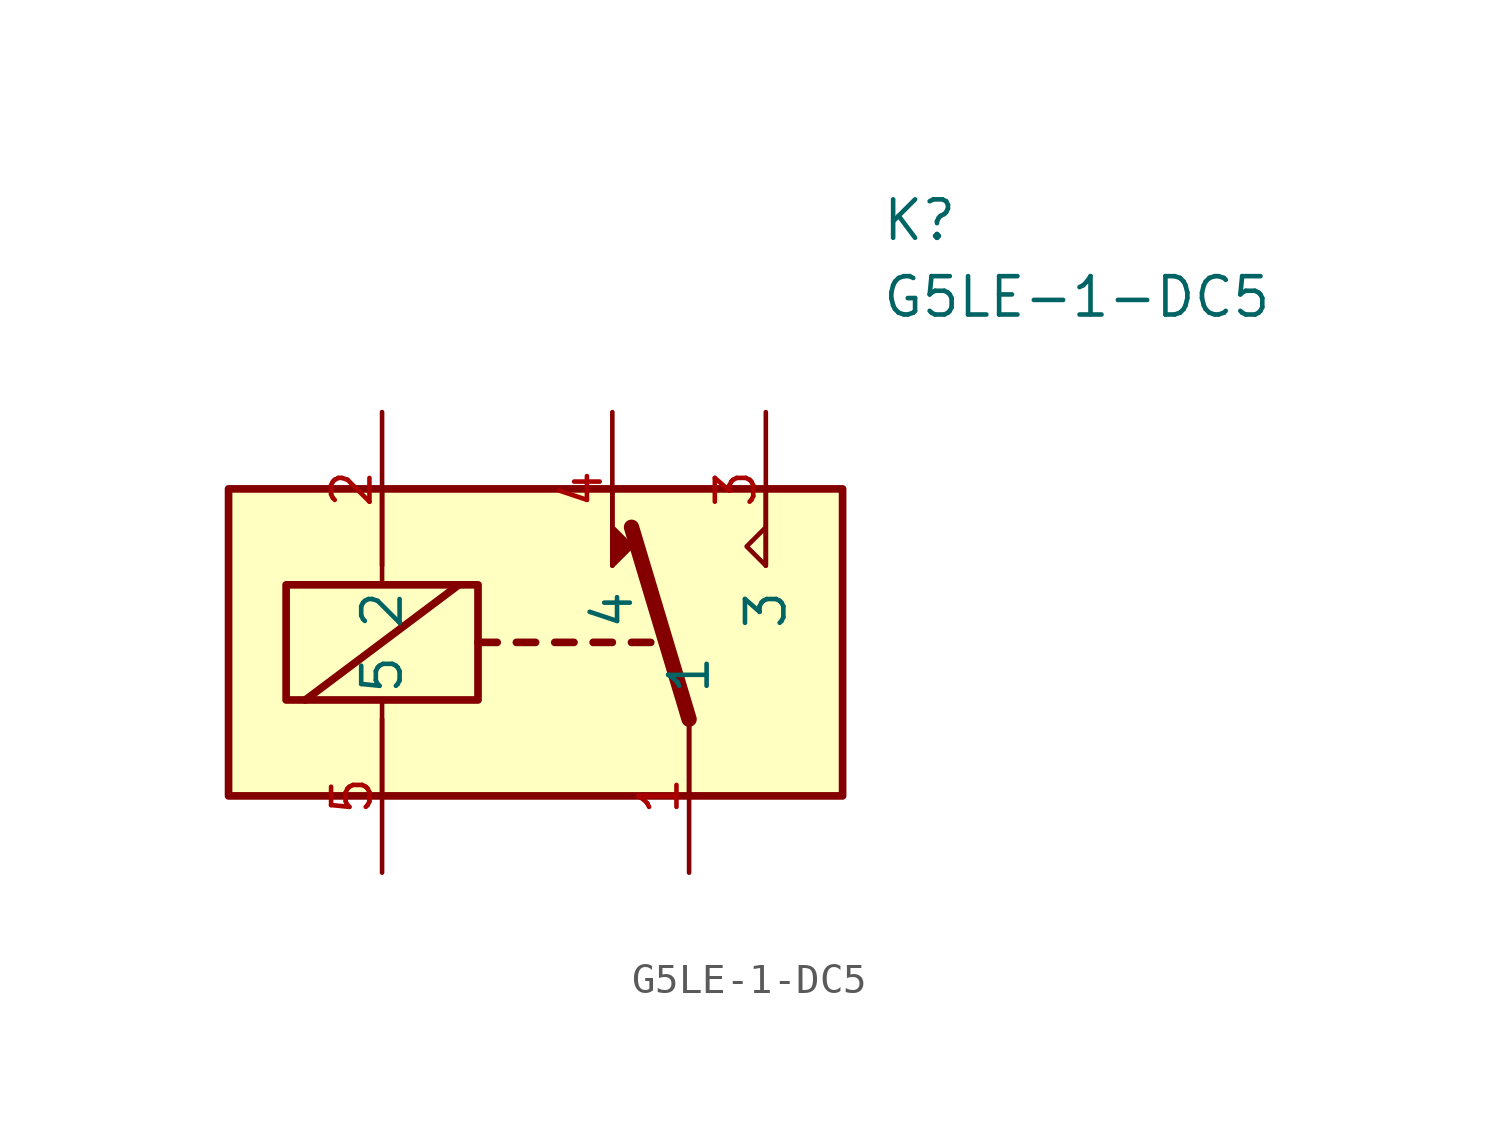
<source format=kicad_sym>
(kicad_symbol_lib
  (version 20220914)
  (generator kicad_symbol_editor)
  (symbol "G5LE-1-DC5"
    (pin_names
      (offset 0.762))
    (property "Reference" "K"
      (at 16.51 7.62 0)
      (effects (font (size 1.27 1.27)) (justify left)))
    (property "Value" "G5LE-1-DC5"
      (at 16.51 5.08 0)
      (effects (font (size 1.27 1.27)) (justify left)))
    (symbol "G5LE-1-DC5_0_0"
      (polyline (pts (xy 12.7 -1.27) (xy 12.7 -3.81) (xy 12.065 -3.175) (xy 12.7 -2.54)) (stroke (width 0) (type default)) (fill (type none)))
      (pin passive line (at 10.16 -13.97 90) (length 5.08) (name "1" (effects (font (size 1.27 1.27)))) (number "1" (effects (font (size 1.27 1.27)))))
      (pin passive line (at 0 1.27 270) (length 5.08) (name "2" (effects (font (size 1.27 1.27)))) (number "2" (effects (font (size 1.27 1.27)))))
      (pin passive line (at 12.7 1.27 270) (length 5.08) (name "3" (effects (font (size 1.27 1.27)))) (number "3" (effects (font (size 1.27 1.27)))))
      (pin passive line (at 7.62 1.27 270) (length 5.08) (name "4" (effects (font (size 1.27 1.27)))) (number "4" (effects (font (size 1.27 1.27)))))
      (pin passive line (at 0 -13.97 90) (length 5.08) (name "5" (effects (font (size 1.27 1.27)))) (number "5" (effects (font (size 1.27 1.27))))))
    (symbol "G5LE-1-DC5_0_1"
      (rectangle (start -5.08 -1.27) (end 15.24 -11.43) (stroke (width 0.254) (type default)) (fill (type background)))
      (rectangle (start -3.175 -4.445) (end 3.175 -8.255) (stroke (width 0.254) (type default)) (fill (type none)))
      (polyline (pts (xy -2.54 -8.255) (xy 2.54 -4.445)) (stroke (width 0.254) (type default)) (fill (type none)))
      (polyline (pts (xy 0 -11.43) (xy 0 -8.255)) (stroke (width 0) (type default)) (fill (type none)))
      (polyline (pts (xy 0 -1.27) (xy 0 -4.445)) (stroke (width 0) (type default)) (fill (type none)))
      (polyline (pts (xy 3.175 -6.35) (xy 3.81 -6.35)) (stroke (width 0.254) (type default)) (fill (type none)))
      (polyline (pts (xy 4.445 -6.35) (xy 5.08 -6.35)) (stroke (width 0.254) (type default)) (fill (type none)))
      (polyline (pts (xy 5.715 -6.35) (xy 6.35 -6.35)) (stroke (width 0.254) (type default)) (fill (type none)))
      (polyline (pts (xy 6.985 -6.35) (xy 7.62 -6.35)) (stroke (width 0.254) (type default)) (fill (type none)))
      (polyline (pts (xy 8.255 -6.35) (xy 8.89 -6.35)) (stroke (width 0.254) (type default)) (fill (type none)))
      (polyline (pts (xy 10.16 -8.89) (xy 8.255 -2.54)) (stroke (width 0.508) (type default)) (fill (type none)))
      (polyline (pts (xy 10.16 -8.89) (xy 10.16 -11.43)) (stroke (width 0) (type default)) (fill (type none)))
      (polyline (pts (xy 7.62 -1.27) (xy 7.62 -3.81) (xy 8.255 -3.175) (xy 7.62 -2.54)) (stroke (width 0) (type default)) (fill (type outline))))))
</source>
